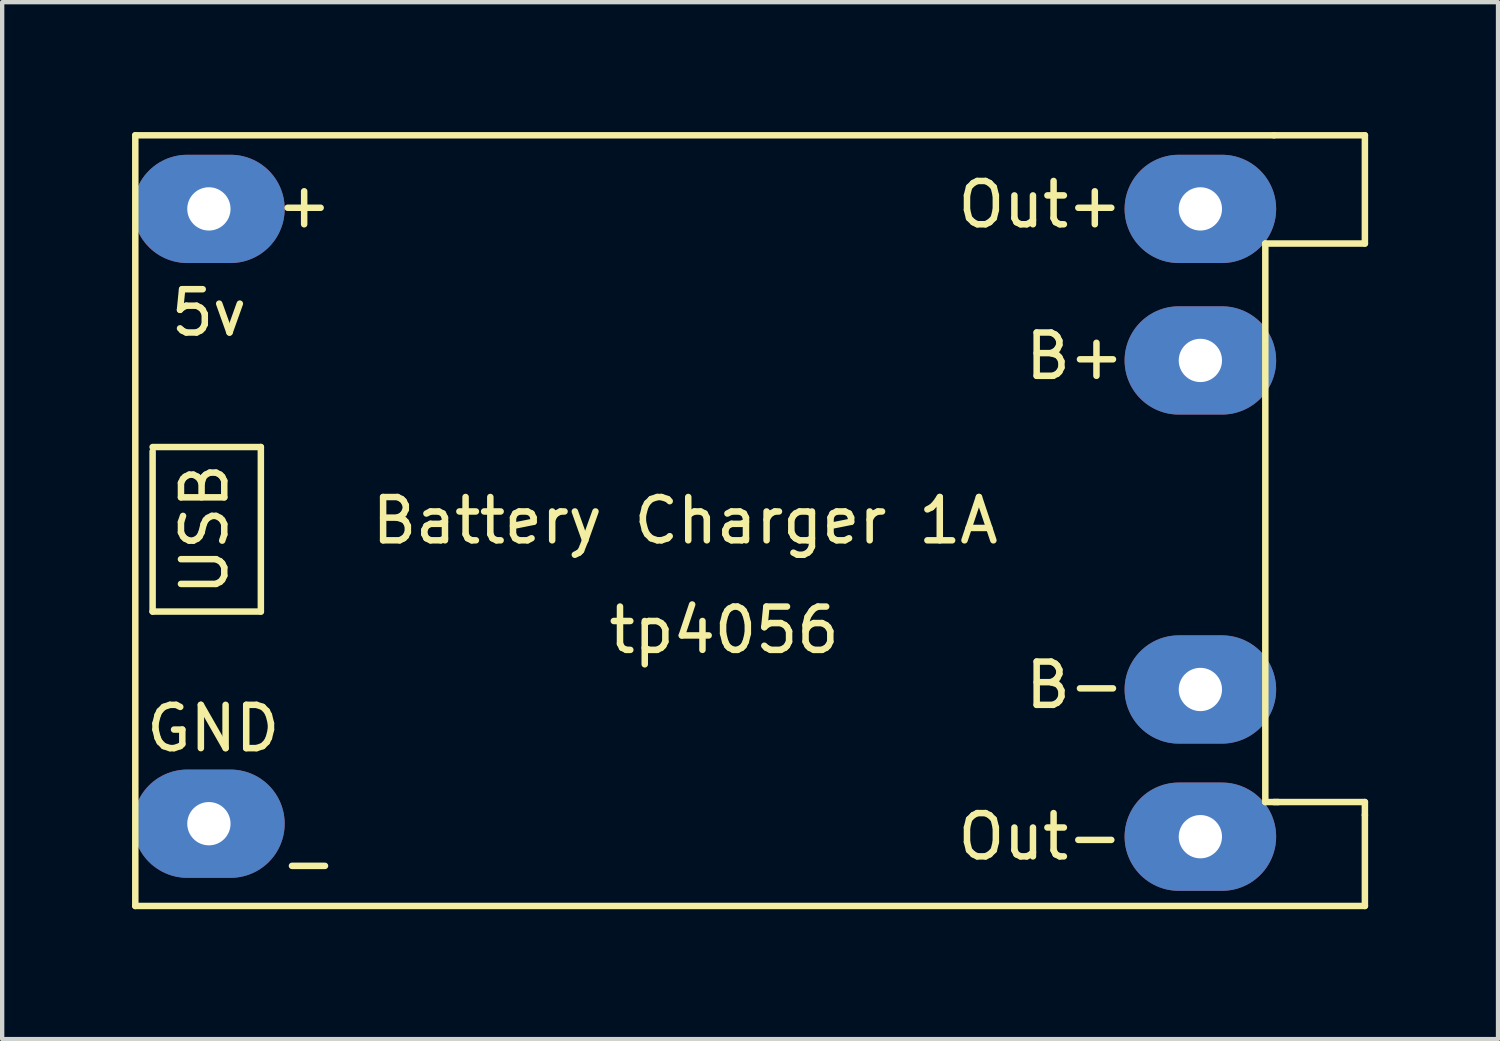
<source format=kicad_pcb>
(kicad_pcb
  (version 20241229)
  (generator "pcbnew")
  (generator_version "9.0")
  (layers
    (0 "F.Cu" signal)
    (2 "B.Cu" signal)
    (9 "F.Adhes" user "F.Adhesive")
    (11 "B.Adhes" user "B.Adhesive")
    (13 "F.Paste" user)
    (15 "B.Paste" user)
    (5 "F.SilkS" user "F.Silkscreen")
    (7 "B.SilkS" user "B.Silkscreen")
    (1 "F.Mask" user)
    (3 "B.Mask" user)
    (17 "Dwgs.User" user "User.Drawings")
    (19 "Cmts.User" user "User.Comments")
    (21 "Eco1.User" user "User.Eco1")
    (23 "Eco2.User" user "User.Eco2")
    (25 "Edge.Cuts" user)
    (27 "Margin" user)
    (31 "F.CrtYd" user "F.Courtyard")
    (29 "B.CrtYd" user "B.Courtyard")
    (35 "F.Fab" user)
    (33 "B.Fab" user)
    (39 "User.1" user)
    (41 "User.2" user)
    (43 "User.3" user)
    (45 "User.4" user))
  (footprint "tp4056"
    (layer "F.Cu")
    (at 12.775 8.965)
    (property "Reference" "tp4056" (at 0.9 2.54 0) (layer "F.SilkS") (effects (font (size 1 1) (thickness 0.15))))
    (attr through_hole)
    (fp_line (start -12.7 -8.89) (end 13.6 -8.89) (stroke (width 0.15) (type solid)) (layer "F.SilkS"))
    (fp_line (start -12.7 8.91) (end -12.7 -8.89) (stroke (width 0.15) (type solid)) (layer "F.SilkS"))
    (fp_line (start -12.3 -1.69) (end -9.8 -1.69) (stroke (width 0.15) (type solid)) (layer "F.SilkS"))
    (fp_line (start -12.3 2.11) (end -12.3 -1.59) (stroke (width 0.15) (type solid)) (layer "F.SilkS"))
    (fp_line (start -9.8 -1.69) (end -9.8 2.11) (stroke (width 0.15) (type solid)) (layer "F.SilkS"))
    (fp_line (start -9.8 2.11) (end -12.3 2.11) (stroke (width 0.15) (type solid)) (layer "F.SilkS"))
    (fp_line (start 13.4 -6.39) (end 13.4 6.51) (stroke (width 0.15) (type solid)) (layer "F.SilkS"))
    (fp_line (start 13.4 6.51) (end 13.7 6.51) (stroke (width 0.15) (type solid)) (layer "F.SilkS"))
    (fp_line (start 13.6 -8.89) (end 15.7 -8.89) (stroke (width 0.15) (type solid)) (layer "F.SilkS"))
    (fp_line (start 13.6 6.51) (end 15.7 6.51) (stroke (width 0.15) (type solid)) (layer "F.SilkS"))
    (fp_line (start 15.7 -8.89) (end 15.7 -6.39) (stroke (width 0.15) (type solid)) (layer "F.SilkS"))
    (fp_line (start 15.7 -6.39) (end 13.4 -6.39) (stroke (width 0.15) (type solid)) (layer "F.SilkS"))
    (fp_line (start 15.7 6.51) (end 15.7 6.81) (stroke (width 0.15) (type solid)) (layer "F.SilkS"))
    (fp_line (start 15.7 6.81) (end 15.7 8.91) (stroke (width 0.15) (type solid)) (layer "F.SilkS"))
    (fp_line (start 15.7 8.91) (end -12.7 8.91) (stroke (width 0.15) (type solid)) (layer "F.SilkS"))
    (fp_text user "-" (at -8.7 7.91 0) (layer "F.SilkS") (effects (font (size 1 1) (thickness 0.15))))
    (fp_text user "B+" (at 9 -3.79 0) (layer "F.SilkS") (effects (font (size 1 1) (thickness 0.15))))
    (fp_text user "+" (at -8.8 -7.29 0) (layer "F.SilkS") (effects (font (size 1 1) (thickness 0.15))))
    (fp_text user "USB" (at -11.1 0.21 90) (layer "F.SilkS") (effects (font (size 1 1) (thickness 0.15))))
    (fp_text user "Battery Charger 1A" (at 0 0.01 0) (layer "F.SilkS") (effects (font (size 1 1) (thickness 0.15))))
    (fp_text user "Out+" (at 8.2 -7.29 0) (layer "F.SilkS") (effects (font (size 1 1) (thickness 0.15))))
    (fp_text user "B-" (at 9 3.81 0) (layer "F.SilkS") (effects (font (size 1 1) (thickness 0.15))))
    (fp_text user "GND" (at -10.9 4.81 0) (layer "F.SilkS") (effects (font (size 1 1) (thickness 0.15))))
    (fp_text user "5v" (at -11 -4.79 0) (layer "F.SilkS") (effects (font (size 1 1) (thickness 0.15))))
    (fp_text user "Out-" (at 8.2 7.31 0) (layer "F.SilkS") (effects (font (size 1 1) (thickness 0.15))))
    (pad "1" thru_hole oval (at -11 -7.19) (size 3.5 2.5) (drill 1) (layers "*.Cu" "*.Mask"))
    (pad "2" thru_hole oval (at -11 7.01) (size 3.5 2.5) (drill 1) (layers "*.Cu" "*.Mask"))
    (pad "2" thru_hole oval (at 11.9 7.31) (size 3.5 2.5) (drill 1) (layers "*.Cu" "*.Mask"))
    (pad "3" thru_hole oval (at 11.9 -7.19) (size 3.5 2.5) (drill 1) (layers "*.Cu" "*.Mask"))
    (pad "3" thru_hole oval (at 11.9 -3.69) (size 3.5 2.5) (drill 1) (layers "*.Cu" "*.Mask"))
    (pad "6" thru_hole oval (at 11.9 3.91) (size 3.5 2.5) (drill 1) (layers "*.Cu" "*.Mask")))
  (gr_rect
    (start -3 -3)
    (end 31.55 20.95)
    (stroke (width 0.1) (type default))
    (fill no)
    (layer "Edge.Cuts")))
</source>
